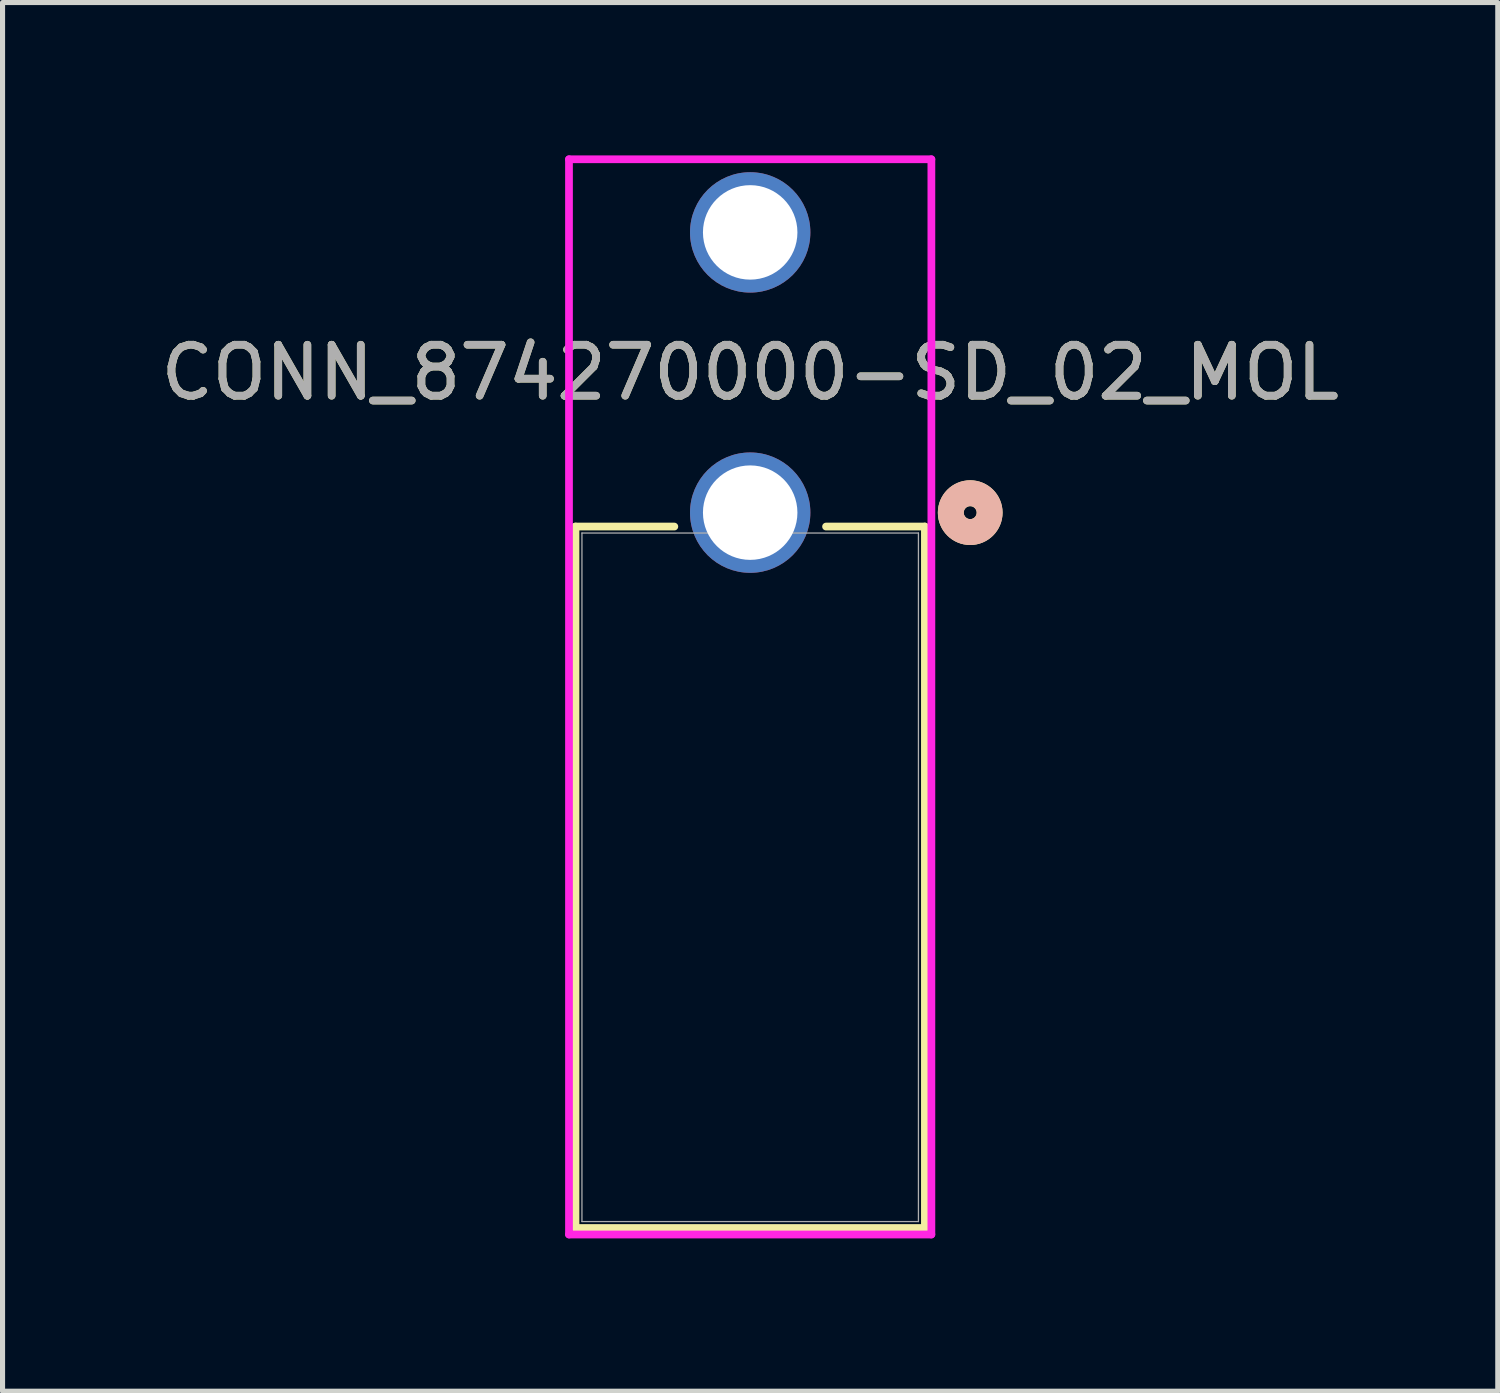
<source format=kicad_pcb>
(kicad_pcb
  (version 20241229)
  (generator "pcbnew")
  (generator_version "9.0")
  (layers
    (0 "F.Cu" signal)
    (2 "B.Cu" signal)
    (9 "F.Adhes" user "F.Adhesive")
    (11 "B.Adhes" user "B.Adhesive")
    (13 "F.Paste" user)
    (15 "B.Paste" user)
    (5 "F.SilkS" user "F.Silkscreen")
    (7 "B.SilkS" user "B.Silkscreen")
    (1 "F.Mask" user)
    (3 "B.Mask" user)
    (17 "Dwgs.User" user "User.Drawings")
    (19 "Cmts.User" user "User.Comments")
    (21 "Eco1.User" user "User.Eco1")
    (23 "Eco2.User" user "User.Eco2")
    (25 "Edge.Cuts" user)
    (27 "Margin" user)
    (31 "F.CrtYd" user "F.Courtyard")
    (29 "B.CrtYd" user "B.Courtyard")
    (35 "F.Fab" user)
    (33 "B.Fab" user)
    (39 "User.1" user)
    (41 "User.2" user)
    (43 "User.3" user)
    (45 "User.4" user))
  (footprint "CONN_874270000-SD_02_MOL"
    (layer "F.Cu")
    (at 11.673 7.011)
    (property "Reference" "CONN_874270000-SD_02_MOL" (at 0 -2.75 0) (unlocked yes) (layer "F.SilkS") (effects (font (size 1 1) (thickness 0.15))))
    (attr through_hole)
    (fp_line (start -3.429 0.273) (end -3.429 14.04) (stroke (width 0.152) (type solid)) (layer "F.SilkS"))
    (fp_line (start -3.429 14.04) (end 3.429 14.04) (stroke (width 0.152) (type solid)) (layer "F.SilkS"))
    (fp_line (start -1.489 0.273) (end -3.429 0.273) (stroke (width 0.152) (type solid)) (layer "F.SilkS"))
    (fp_line (start 3.429 0.273) (end 1.489 0.273) (stroke (width 0.152) (type solid)) (layer "F.SilkS"))
    (fp_line (start 3.429 14.04) (end 3.429 0.273) (stroke (width 0.152) (type solid)) (layer "F.SilkS"))
    (fp_circle (center 4.318 0) (end 4.699 0) (stroke (width 0.508) (type solid)) (fill no) (layer "F.SilkS"))
    (fp_circle (center 4.318 0) (end 4.699 0) (stroke (width 0.508) (type solid)) (fill no) (layer "B.SilkS"))
    (fp_line (start -3.556 -6.935) (end -3.556 14.167) (stroke (width 0.152) (type solid)) (layer "F.CrtYd"))
    (fp_line (start -3.556 14.167) (end 3.556 14.167) (stroke (width 0.152) (type solid)) (layer "F.CrtYd"))
    (fp_line (start 3.556 -6.935) (end -3.556 -6.935) (stroke (width 0.152) (type solid)) (layer "F.CrtYd"))
    (fp_line (start 3.556 14.167) (end 3.556 -6.935) (stroke (width 0.152) (type solid)) (layer "F.CrtYd"))
    (fp_line (start -3.302 0.4) (end -3.302 13.913) (stroke (width 0.025) (type solid)) (layer "F.Fab"))
    (fp_line (start -3.302 13.913) (end 3.302 13.913) (stroke (width 0.025) (type solid)) (layer "F.Fab"))
    (fp_line (start 3.302 0.4) (end -3.302 0.4) (stroke (width 0.025) (type solid)) (layer "F.Fab"))
    (fp_line (start 3.302 13.913) (end 3.302 0.4) (stroke (width 0.025) (type solid)) (layer "F.Fab"))
    (fp_circle (center 0 0) (end 0.381 0) (stroke (width 0.508) (type solid)) (fill no) (layer "F.Fab"))
    (fp_text user "${REFERENCE}" (at 0 -2.75 0) (unlocked yes) (layer "F.Fab") (effects (font (size 1 1) (thickness 0.15))))
    (pad "1" thru_hole circle (at 0 0) (size 2.362 2.362) (drill 1.854) (layers "*.Cu" "*.Mask"))
    (pad "2" thru_hole circle (at 0 -5.5) (size 2.362 2.362) (drill 1.854) (layers "*.Cu" "*.Mask")))
  (gr_rect
    (start -3 -3)
    (end 26.345 24.254)
    (stroke (width 0.1) (type default))
    (fill no)
    (layer "Edge.Cuts")))
</source>
